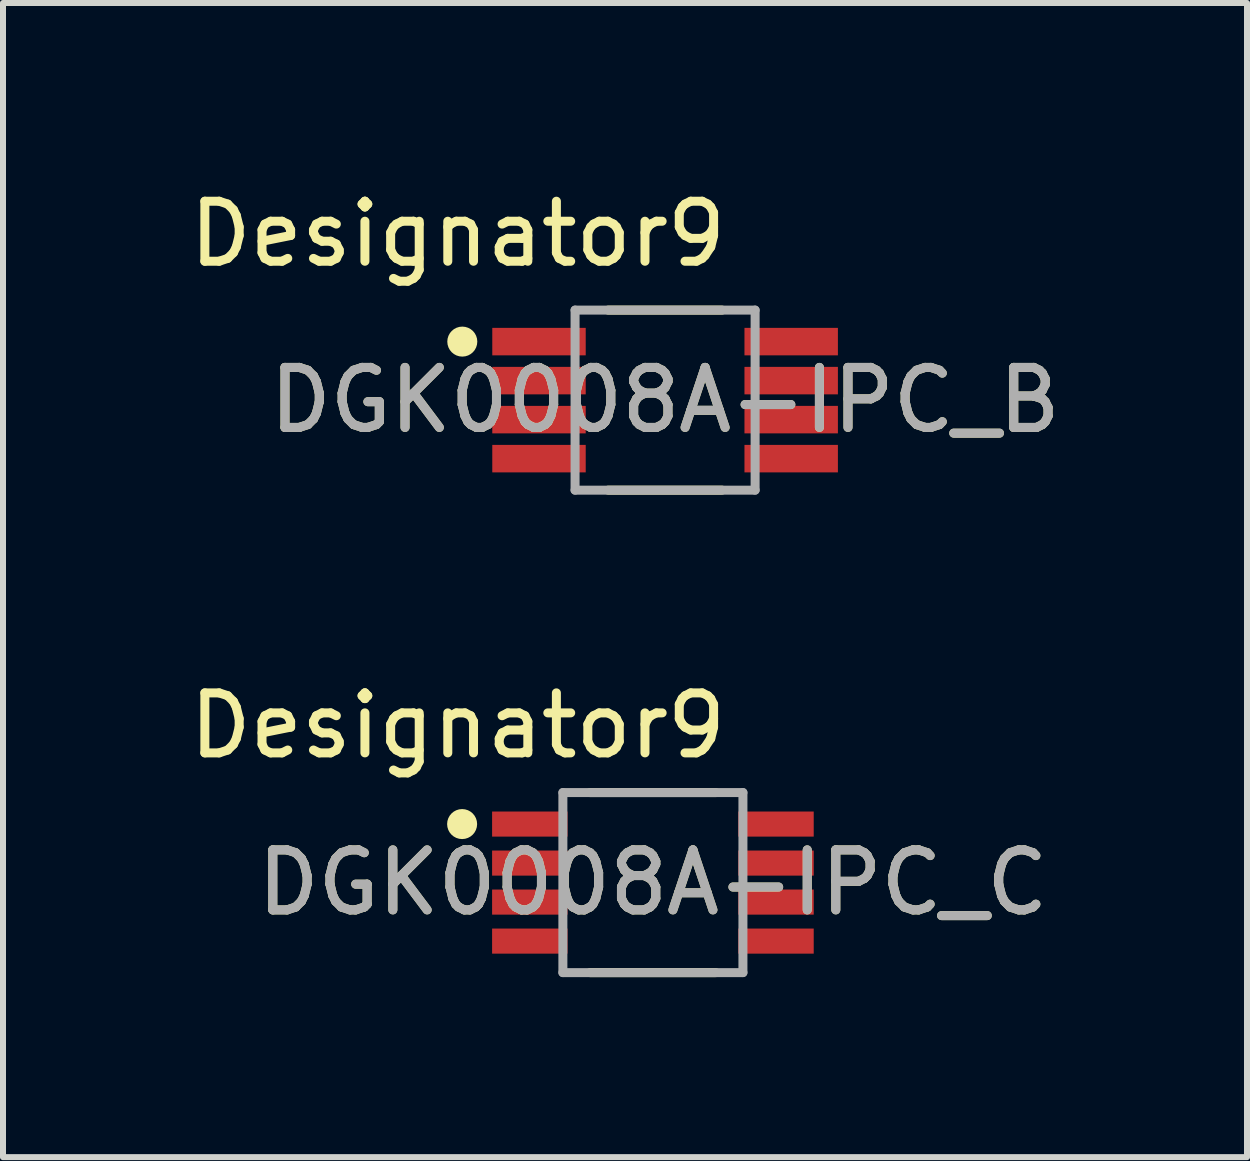
<source format=kicad_pcb>
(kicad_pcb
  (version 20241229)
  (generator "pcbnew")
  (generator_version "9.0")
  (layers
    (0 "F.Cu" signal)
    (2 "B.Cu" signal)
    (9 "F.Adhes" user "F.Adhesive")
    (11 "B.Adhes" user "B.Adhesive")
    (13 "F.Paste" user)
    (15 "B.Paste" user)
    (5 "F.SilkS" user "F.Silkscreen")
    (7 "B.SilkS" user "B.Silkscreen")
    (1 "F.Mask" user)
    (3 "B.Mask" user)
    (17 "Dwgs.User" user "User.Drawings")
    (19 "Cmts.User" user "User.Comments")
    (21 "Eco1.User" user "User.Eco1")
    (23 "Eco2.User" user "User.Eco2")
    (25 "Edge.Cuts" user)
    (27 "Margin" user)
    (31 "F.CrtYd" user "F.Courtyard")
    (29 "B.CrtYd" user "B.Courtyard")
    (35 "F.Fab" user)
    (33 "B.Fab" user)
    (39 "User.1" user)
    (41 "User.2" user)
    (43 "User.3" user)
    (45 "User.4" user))
  (footprint "DGK0008A-IPC_C"
    (layer "F.Cu")
    (at 7.829 11.656)
    (property "Reference" "DGK0008A-IPC_C" (at 0 0 0) (unlocked yes) (layer "F.SilkS") (effects (font (size 1 1) (thickness 0.15))))
    (attr smd)
    (fp_line (start -1.048 -1.5) (end 1.048 -1.5) (stroke (width 0.15) (type solid)) (layer "F.SilkS"))
    (fp_line (start -1.048 1.5) (end 1.048 1.5) (stroke (width 0.15) (type solid)) (layer "F.SilkS"))
    (fp_circle (center -3.179 -0.975) (end -3.054 -0.975) (stroke (width 0.25) (type solid)) (fill no) (layer "F.SilkS"))
    (fp_line (start -1.5 -1.5) (end 1.5 -1.5) (stroke (width 0.15) (type solid)) (layer "F.Fab"))
    (fp_line (start -1.5 1.5) (end -1.5 -1.5) (stroke (width 0.15) (type solid)) (layer "F.Fab"))
    (fp_line (start -1.5 1.5) (end 1.5 1.5) (stroke (width 0.15) (type solid)) (layer "F.Fab"))
    (fp_line (start 1.5 1.5) (end 1.5 -1.5) (stroke (width 0.15) (type solid)) (layer "F.Fab"))
    (fp_text user "Designator9" (at -3.251 -2.616 0) (unlocked yes) (layer "F.SilkS") (effects (font (size 1 1) (thickness 0.15))))
    (fp_text user "${REFERENCE}" (at 0 0 0) (unlocked yes) (layer "F.Fab") (effects (font (size 1 1) (thickness 0.15))))
    (pad "1" smd rect (at -2.051 -0.975) (size 1.257 0.418) (layers "F.Cu" "F.Mask" "F.Paste"))
    (pad "2" smd rect (at -2.051 -0.325) (size 1.257 0.418) (layers "F.Cu" "F.Mask" "F.Paste"))
    (pad "3" smd rect (at -2.051 0.325) (size 1.257 0.418) (layers "F.Cu" "F.Mask" "F.Paste"))
    (pad "4" smd rect (at -2.051 0.975) (size 1.257 0.418) (layers "F.Cu" "F.Mask" "F.Paste"))
    (pad "5" smd rect (at 2.051 0.975) (size 1.257 0.418) (layers "F.Cu" "F.Mask" "F.Paste"))
    (pad "6" smd rect (at 2.051 0.325) (size 1.257 0.418) (layers "F.Cu" "F.Mask" "F.Paste"))
    (pad "7" smd rect (at 2.051 -0.325) (size 1.257 0.418) (layers "F.Cu" "F.Mask" "F.Paste"))
    (pad "8" smd rect (at 2.051 -0.975) (size 1.257 0.418) (layers "F.Cu" "F.Mask" "F.Paste")))
  (footprint "DGK0008A-IPC_B"
    (layer "F.Cu")
    (at 8.032 3.617)
    (property "Reference" "DGK0008A-IPC_B" (at 0 0 0) (unlocked yes) (layer "F.SilkS") (effects (font (size 1 1) (thickness 0.15))))
    (attr smd)
    (fp_line (start -0.948 -1.5) (end 0.948 -1.5) (stroke (width 0.15) (type solid)) (layer "F.SilkS"))
    (fp_line (start -0.948 1.5) (end 0.948 1.5) (stroke (width 0.15) (type solid)) (layer "F.SilkS"))
    (fp_circle (center -3.379 -0.975) (end -3.254 -0.975) (stroke (width 0.25) (type solid)) (fill no) (layer "F.SilkS"))
    (fp_line (start -1.5 -1.5) (end 1.5 -1.5) (stroke (width 0.15) (type solid)) (layer "F.Fab"))
    (fp_line (start -1.5 1.5) (end -1.5 -1.5) (stroke (width 0.15) (type solid)) (layer "F.Fab"))
    (fp_line (start -1.5 1.5) (end 1.5 1.5) (stroke (width 0.15) (type solid)) (layer "F.Fab"))
    (fp_line (start 1.5 1.5) (end 1.5 -1.5) (stroke (width 0.15) (type solid)) (layer "F.Fab"))
    (fp_text user "Designator9" (at -3.454 -2.769 0) (unlocked yes) (layer "F.SilkS") (effects (font (size 1 1) (thickness 0.15))))
    (fp_text user "${REFERENCE}" (at 0 0 0) (unlocked yes) (layer "F.Fab") (effects (font (size 1 1) (thickness 0.15))))
    (pad "1" smd rect (at -2.101 -0.975) (size 1.557 0.458) (layers "F.Cu" "F.Mask" "F.Paste"))
    (pad "2" smd rect (at -2.101 -0.325) (size 1.557 0.458) (layers "F.Cu" "F.Mask" "F.Paste"))
    (pad "3" smd rect (at -2.101 0.325) (size 1.557 0.458) (layers "F.Cu" "F.Mask" "F.Paste"))
    (pad "4" smd rect (at -2.101 0.975) (size 1.557 0.458) (layers "F.Cu" "F.Mask" "F.Paste"))
    (pad "5" smd rect (at 2.101 0.975) (size 1.557 0.458) (layers "F.Cu" "F.Mask" "F.Paste"))
    (pad "6" smd rect (at 2.101 0.325) (size 1.557 0.458) (layers "F.Cu" "F.Mask" "F.Paste"))
    (pad "7" smd rect (at 2.101 -0.325) (size 1.557 0.458) (layers "F.Cu" "F.Mask" "F.Paste"))
    (pad "8" smd rect (at 2.101 -0.975) (size 1.557 0.458) (layers "F.Cu" "F.Mask" "F.Paste")))
  (gr_rect
    (start -3 -3)
    (end 17.728 16.231)
    (stroke (width 0.1) (type default))
    (fill no)
    (layer "Edge.Cuts")))
</source>
